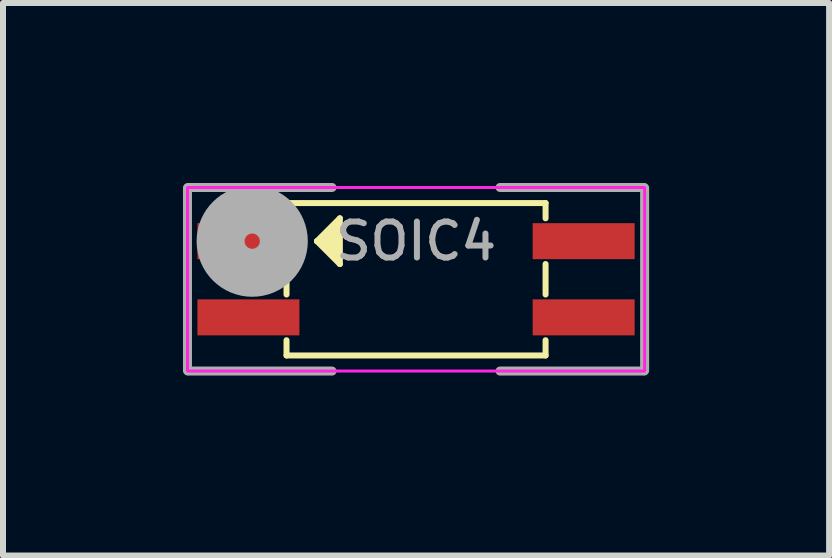
<source format=kicad_pcb>
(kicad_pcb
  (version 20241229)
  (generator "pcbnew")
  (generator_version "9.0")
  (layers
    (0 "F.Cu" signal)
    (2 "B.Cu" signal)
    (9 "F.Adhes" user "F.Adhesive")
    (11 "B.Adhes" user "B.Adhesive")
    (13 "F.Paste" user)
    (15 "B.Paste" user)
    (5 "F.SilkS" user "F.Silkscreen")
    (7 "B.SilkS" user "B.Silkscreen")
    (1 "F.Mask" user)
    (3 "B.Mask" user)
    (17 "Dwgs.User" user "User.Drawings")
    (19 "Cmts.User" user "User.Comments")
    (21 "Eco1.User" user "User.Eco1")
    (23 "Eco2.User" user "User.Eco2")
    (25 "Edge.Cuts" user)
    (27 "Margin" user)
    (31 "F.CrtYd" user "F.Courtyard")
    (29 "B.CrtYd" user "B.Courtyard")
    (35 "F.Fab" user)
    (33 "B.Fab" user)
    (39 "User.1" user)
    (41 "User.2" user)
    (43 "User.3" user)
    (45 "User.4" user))
  (footprint "SOIC4"
    (layer "F.Cu")
    (at 3.885 1.605)
    (property "Reference" "SOIC4" (at 0 -0.635 180) (layer "F.Fab") (effects (font (size 0.6 0.6) (thickness 0.1))))
    (attr smd)
    (fp_line (start -2.159 -1.27) (end 2.159 -1.27) (stroke (width 0.1) (type solid)) (layer "F.SilkS"))
    (fp_line (start -2.159 -1.016) (end -2.159 -1.27) (stroke (width 0.1) (type solid)) (layer "F.SilkS"))
    (fp_line (start -2.159 -0.254) (end -2.159 0.254) (stroke (width 0.1) (type solid)) (layer "F.SilkS"))
    (fp_line (start -2.159 1.27) (end -2.159 1.016) (stroke (width 0.1) (type solid)) (layer "F.SilkS"))
    (fp_line (start -2.159 1.27) (end 2.159 1.27) (stroke (width 0.1) (type solid)) (layer "F.SilkS"))
    (fp_line (start -1.651 -0.635) (end -1.27 -1.016) (stroke (width 0.1) (type solid)) (layer "F.SilkS"))
    (fp_line (start -1.651 -0.635) (end -1.27 -0.254) (stroke (width 0.1) (type solid)) (layer "F.SilkS"))
    (fp_line (start -1.524 -0.635) (end -1.651 -0.635) (stroke (width 0.1) (type solid)) (layer "F.SilkS"))
    (fp_line (start -1.524 -0.635) (end -1.27 -0.381) (stroke (width 0.1) (type solid)) (layer "F.SilkS"))
    (fp_line (start -1.397 -0.762) (end -1.397 -0.508) (stroke (width 0.25) (type solid)) (layer "F.SilkS"))
    (fp_line (start -1.27 -1.016) (end -1.27 -0.254) (stroke (width 0.1) (type solid)) (layer "F.SilkS"))
    (fp_line (start -1.27 -0.889) (end -1.524 -0.635) (stroke (width 0.1) (type solid)) (layer "F.SilkS"))
    (fp_line (start 2.159 -1.27) (end 2.159 -1.016) (stroke (width 0.1) (type solid)) (layer "F.SilkS"))
    (fp_line (start 2.159 -0.254) (end 2.159 0.254) (stroke (width 0.1) (type solid)) (layer "F.SilkS"))
    (fp_line (start 2.159 1.27) (end 2.159 1.016) (stroke (width 0.1) (type solid)) (layer "F.SilkS"))
    (fp_line (start -3.81 -1.524) (end -3.81 1.524) (stroke (width 0.05) (type solid)) (layer "F.CrtYd"))
    (fp_line (start -3.8 1.53) (end 3.8 1.53) (stroke (width 0.05) (type solid)) (layer "F.CrtYd"))
    (fp_line (start 3.8 -1.53) (end -3.8 -1.53) (stroke (width 0.05) (type solid)) (layer "F.CrtYd"))
    (fp_line (start 3.81 -1.524) (end 3.81 1.524) (stroke (width 0.05) (type solid)) (layer "F.CrtYd"))
    (fp_line (start -3.81 1.524) (end -3.81 -1.524) (stroke (width 0.15) (type solid)) (layer "F.Fab"))
    (fp_line (start -3.8 1.53) (end -1.4 1.53) (stroke (width 0.15) (type solid)) (layer "F.Fab"))
    (fp_line (start -1.4 -1.53) (end -3.8 -1.53) (stroke (width 0.15) (type solid)) (layer "F.Fab"))
    (fp_line (start 1.4 1.53) (end 3.8 1.53) (stroke (width 0.15) (type solid)) (layer "F.Fab"))
    (fp_line (start 3.8 -1.53) (end 1.4 -1.53) (stroke (width 0.15) (type solid)) (layer "F.Fab"))
    (fp_line (start 3.81 -1.524) (end 3.81 1.524) (stroke (width 0.15) (type solid)) (layer "F.Fab"))
    (fp_circle (center -2.731 -0.635) (end -2.731 -0.508) (stroke (width 0.8) (type solid)) (fill no) (layer "F.Fab"))
    (pad "1" smd rect (at -2.794 -0.635) (size 1.7 0.6) (layers "F.Cu" "F.Mask" "F.Paste"))
    (pad "2" smd rect (at -2.794 0.635) (size 1.7 0.6) (layers "F.Cu" "F.Mask" "F.Paste"))
    (pad "3" smd rect (at 2.794 0.635) (size 1.7 0.6) (layers "F.Cu" "F.Mask" "F.Paste"))
    (pad "4" smd rect (at 2.794 -0.635) (size 1.7 0.6) (layers "F.Cu" "F.Mask" "F.Paste")))
  (gr_rect
    (start -3 -3)
    (end 10.77 6.21)
    (stroke (width 0.1) (type default))
    (fill no)
    (layer "Edge.Cuts")))
</source>
